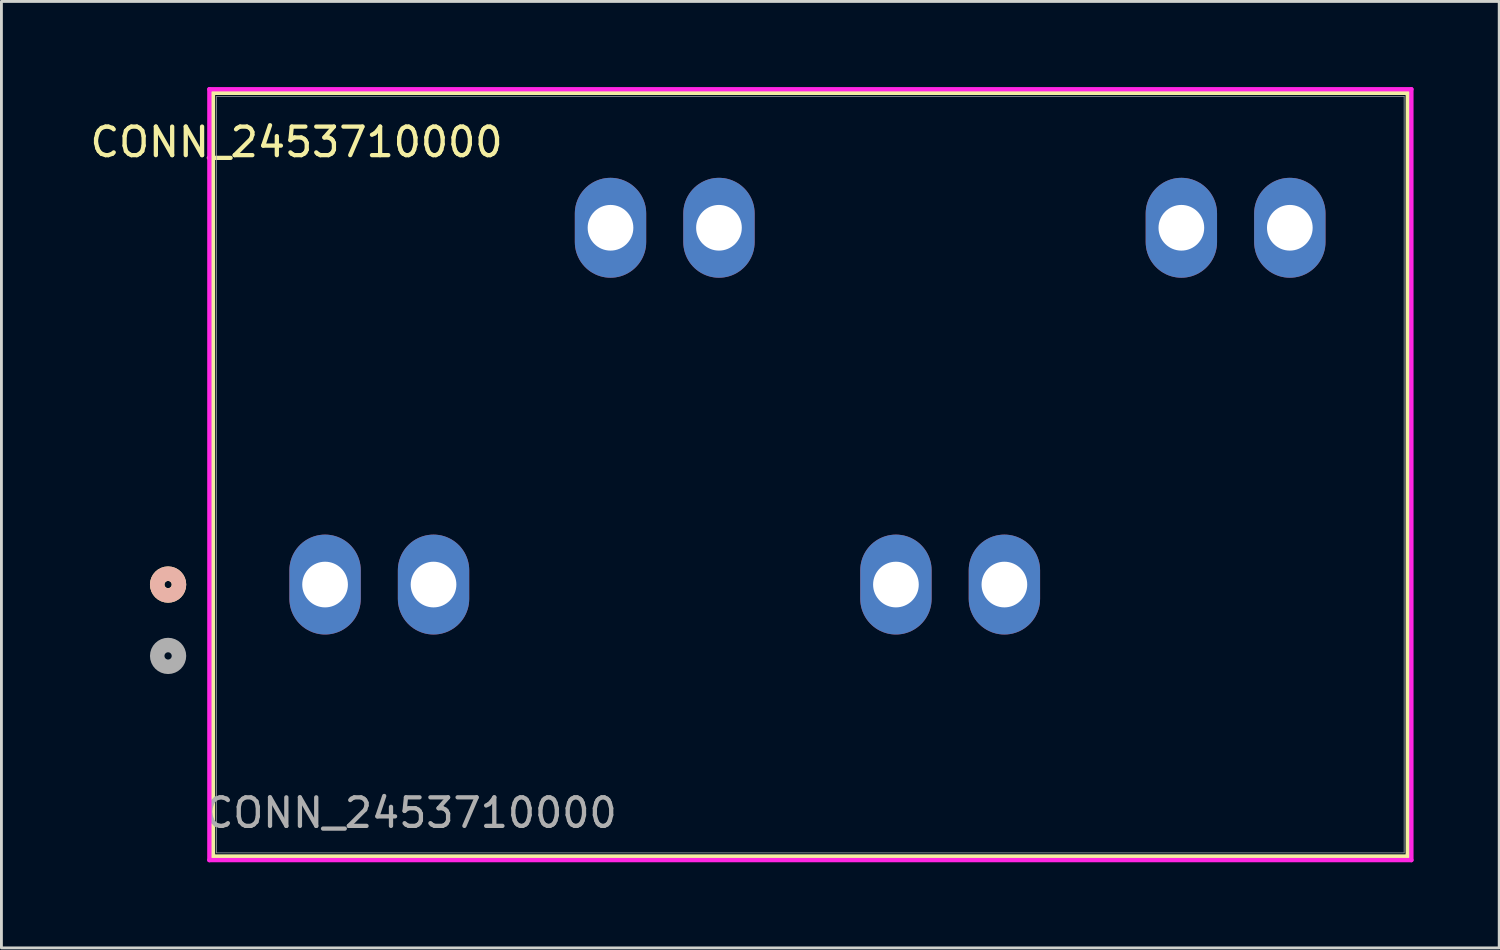
<source format=kicad_pcb>
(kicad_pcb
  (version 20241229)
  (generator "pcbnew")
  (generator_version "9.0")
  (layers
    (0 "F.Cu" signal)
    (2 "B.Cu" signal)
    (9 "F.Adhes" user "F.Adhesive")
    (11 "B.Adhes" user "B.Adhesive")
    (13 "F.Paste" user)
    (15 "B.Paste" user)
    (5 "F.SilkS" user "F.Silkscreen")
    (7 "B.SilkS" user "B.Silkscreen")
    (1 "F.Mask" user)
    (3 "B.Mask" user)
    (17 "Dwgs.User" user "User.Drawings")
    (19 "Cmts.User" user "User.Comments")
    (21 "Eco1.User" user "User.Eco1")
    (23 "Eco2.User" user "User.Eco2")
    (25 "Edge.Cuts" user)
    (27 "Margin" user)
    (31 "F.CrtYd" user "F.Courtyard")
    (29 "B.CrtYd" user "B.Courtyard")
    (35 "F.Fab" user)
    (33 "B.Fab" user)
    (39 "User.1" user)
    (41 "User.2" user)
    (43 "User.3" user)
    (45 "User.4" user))
  (footprint "CONN_2453710000"
    (layer "F.Cu")
    (at 8.339 17.43)
    (property "Reference" "CONN_2453710000" (at -1 -15.5 0) (unlocked yes) (layer "F.SilkS") (effects (font (size 1 1) (thickness 0.15))))
    (attr through_hole)
    (fp_line (start -3.927 -17.227) (end -3.927 9.527) (stroke (width 0.152) (type solid)) (layer "F.SilkS"))
    (fp_line (start -3.927 9.527) (end 37.932 9.527) (stroke (width 0.152) (type solid)) (layer "F.SilkS"))
    (fp_line (start 37.932 -17.227) (end -3.927 -17.227) (stroke (width 0.152) (type solid)) (layer "F.SilkS"))
    (fp_line (start 37.932 9.527) (end 37.932 -17.227) (stroke (width 0.152) (type solid)) (layer "F.SilkS"))
    (fp_circle (center -5.5 0) (end -5.119 0) (stroke (width 0.508) (type solid)) (fill no) (layer "F.SilkS"))
    (fp_circle (center -5.5 0) (end -5.119 0) (stroke (width 0.508) (type solid)) (fill no) (layer "B.SilkS"))
    (fp_line (start -4.054 -17.354) (end -4.054 9.654) (stroke (width 0.152) (type solid)) (layer "F.CrtYd"))
    (fp_line (start -4.054 9.654) (end 38.059 9.654) (stroke (width 0.152) (type solid)) (layer "F.CrtYd"))
    (fp_line (start 38.059 -17.354) (end -4.054 -17.354) (stroke (width 0.152) (type solid)) (layer "F.CrtYd"))
    (fp_line (start 38.059 9.654) (end 38.059 -17.354) (stroke (width 0.152) (type solid)) (layer "F.CrtYd"))
    (fp_line (start -3.8 -17.1) (end -3.8 9.4) (stroke (width 0.025) (type solid)) (layer "F.Fab"))
    (fp_line (start -3.8 9.4) (end 37.805 9.4) (stroke (width 0.025) (type solid)) (layer "F.Fab"))
    (fp_line (start 37.805 -17.1) (end -3.8 -17.1) (stroke (width 0.025) (type solid)) (layer "F.Fab"))
    (fp_line (start 37.805 9.4) (end 37.805 -17.1) (stroke (width 0.025) (type solid)) (layer "F.Fab"))
    (fp_circle (center -5.5 2.5) (end -5.119 2.5) (stroke (width 0.508) (type solid)) (fill no) (layer "F.Fab"))
    (fp_text user "${REFERENCE}" (at 3 8 0) (unlocked yes) (layer "F.Fab") (effects (font (size 1 1) (thickness 0.15))))
    (pad "1" thru_hole oval (at 0 0) (size 2.5 3.5) (drill 1.6) (layers "*.Cu" "*.Mask"))
    (pad "1" thru_hole oval (at 3.8 0) (size 2.5 3.5) (drill 1.6) (layers "*.Cu" "*.Mask"))
    (pad "2" thru_hole oval (at 10 -12.5) (size 2.5 3.5) (drill 1.6) (layers "*.Cu" "*.Mask"))
    (pad "2" thru_hole oval (at 13.8 -12.5) (size 2.5 3.5) (drill 1.6) (layers "*.Cu" "*.Mask"))
    (pad "3" thru_hole oval (at 20 0) (size 2.5 3.5) (drill 1.6) (layers "*.Cu" "*.Mask"))
    (pad "3" thru_hole oval (at 23.8 0) (size 2.5 3.5) (drill 1.6) (layers "*.Cu" "*.Mask"))
    (pad "4" thru_hole oval (at 30 -12.5) (size 2.5 3.5) (drill 1.6) (layers "*.Cu" "*.Mask"))
    (pad "4" thru_hole oval (at 33.8 -12.5) (size 2.5 3.5) (drill 1.6) (layers "*.Cu" "*.Mask")))
  (gr_rect
    (start -3 -3)
    (end 49.475 30.16)
    (stroke (width 0.1) (type default))
    (fill no)
    (layer "Edge.Cuts")))
</source>
